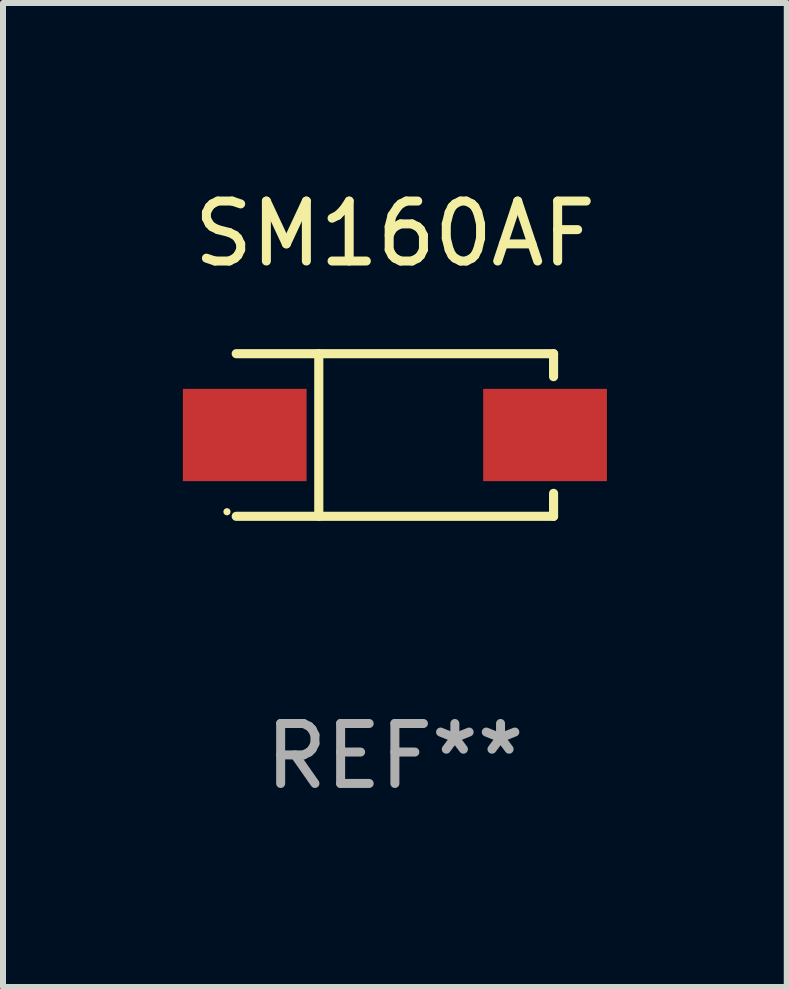
<source format=kicad_pcb>
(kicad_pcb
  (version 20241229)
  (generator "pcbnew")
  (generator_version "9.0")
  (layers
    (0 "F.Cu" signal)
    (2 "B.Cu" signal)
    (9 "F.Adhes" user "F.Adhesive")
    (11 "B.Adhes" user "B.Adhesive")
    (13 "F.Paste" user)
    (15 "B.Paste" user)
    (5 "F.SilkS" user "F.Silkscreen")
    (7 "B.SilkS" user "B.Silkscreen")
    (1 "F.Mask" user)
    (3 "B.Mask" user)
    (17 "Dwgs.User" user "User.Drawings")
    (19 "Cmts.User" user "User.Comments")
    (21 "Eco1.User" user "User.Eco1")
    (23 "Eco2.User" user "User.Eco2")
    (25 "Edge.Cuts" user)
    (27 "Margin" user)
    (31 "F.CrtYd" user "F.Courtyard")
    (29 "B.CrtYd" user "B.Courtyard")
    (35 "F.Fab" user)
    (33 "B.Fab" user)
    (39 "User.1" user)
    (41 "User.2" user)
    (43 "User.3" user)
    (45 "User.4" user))
  (footprint "SM160AF"
    (layer "F.Cu")
    (at 3.535 4.204)
    (property "Reference" "SM160AF" (at 0 -3.356 0) (layer "F.SilkS") (effects (font (size 1 1) (thickness 0.15))))
    (attr through_hole)
    (fp_line (start -2.646 -1.356) (end 2.646 -1.356) (stroke (width 0.152) (type solid)) (layer "F.SilkS"))
    (fp_line (start -2.646 1.356) (end 2.646 1.356) (stroke (width 0.152) (type solid)) (layer "F.SilkS"))
    (fp_line (start -1.269 -1.356) (end -1.269 1.356) (stroke (width 0.152) (type solid)) (layer "F.SilkS"))
    (fp_line (start 2.646 -1.356) (end 2.646 -0.973) (stroke (width 0.152) (type solid)) (layer "F.SilkS"))
    (fp_line (start 2.646 1.356) (end 2.646 0.973) (stroke (width 0.152) (type solid)) (layer "F.SilkS"))
    (fp_circle (center -2.8 1.28) (end -2.77 1.28) (stroke (width 0.06) (type solid)) (fill no) (layer "F.SilkS"))
    (fp_text user "REF**" (at 0 5.356 0) (layer "F.Fab") (effects (font (size 1 1) (thickness 0.15))))
    (pad "1" smd rect (at 2.504 0) (size 2.063 1.539) (layers "F.Cu" "F.Mask" "F.Paste"))
    (pad "2" smd rect (at -2.504 0) (size 2.063 1.539) (layers "F.Cu" "F.Mask" "F.Paste")))
  (gr_rect
    (start -3 -3)
    (end 10.07 13.409)
    (stroke (width 0.1) (type default))
    (fill no)
    (layer "Edge.Cuts")))
</source>
